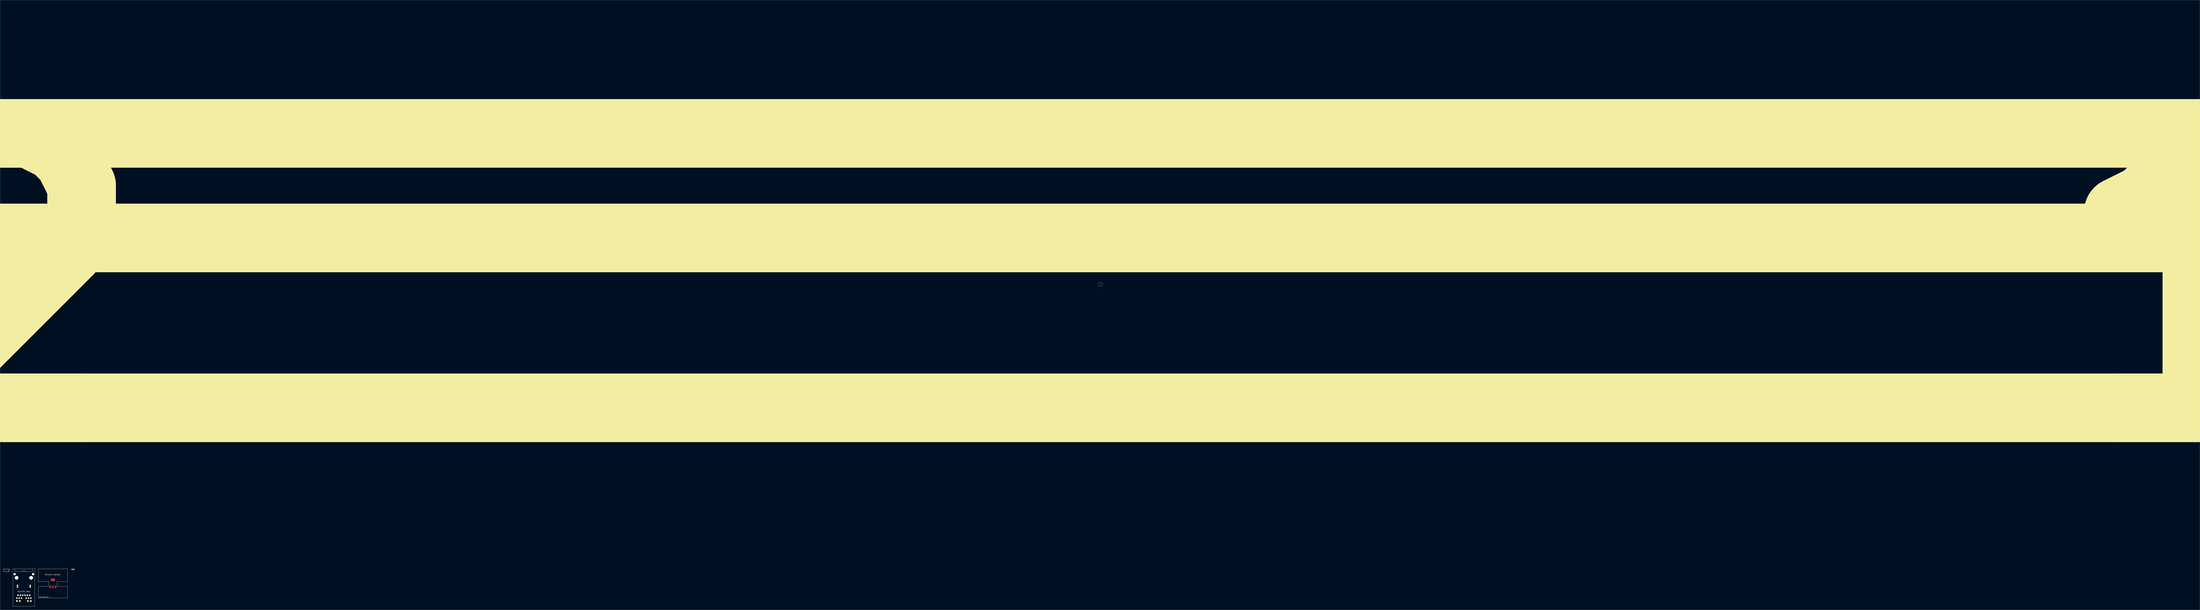
<source format=kicad_pcb>
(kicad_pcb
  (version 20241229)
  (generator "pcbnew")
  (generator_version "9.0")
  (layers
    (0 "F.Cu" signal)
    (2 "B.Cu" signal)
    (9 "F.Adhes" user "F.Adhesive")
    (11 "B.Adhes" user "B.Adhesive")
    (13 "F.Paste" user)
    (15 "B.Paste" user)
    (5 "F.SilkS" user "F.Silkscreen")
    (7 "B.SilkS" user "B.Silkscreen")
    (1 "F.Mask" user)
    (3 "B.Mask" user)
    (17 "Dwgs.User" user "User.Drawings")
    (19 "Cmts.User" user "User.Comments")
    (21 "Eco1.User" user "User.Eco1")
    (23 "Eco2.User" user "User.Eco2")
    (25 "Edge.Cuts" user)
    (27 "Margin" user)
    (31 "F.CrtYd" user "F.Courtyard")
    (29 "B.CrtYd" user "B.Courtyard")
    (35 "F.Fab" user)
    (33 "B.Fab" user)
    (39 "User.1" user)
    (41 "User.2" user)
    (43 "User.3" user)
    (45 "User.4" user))
  (footprint "GSG-0402"
    (layer "F.Cu")
    (at 60.718 494.883)
    (property "Reference" "GSG-0402" (at 0 0.051 0) (layer "F.SilkS") (effects (font (size 0.406 0.406) (thickness 0.102))))
    (attr through_hole)
    (fp_line (start -0.889 -0.381) (end 0.889 -0.381) (stroke (width 0.203) (type solid)) (layer "F.SilkS"))
    (fp_line (start -0.889 0.381) (end -0.889 -0.381) (stroke (width 0.203) (type solid)) (layer "F.SilkS"))
    (fp_line (start 0.889 -0.381) (end 0.889 0.381) (stroke (width 0.203) (type solid)) (layer "F.SilkS"))
    (fp_line (start 0.889 0.381) (end -0.889 0.381) (stroke (width 0.203) (type solid)) (layer "F.SilkS"))
    (pad "1" smd rect (at -0.533 0) (size 0.508 0.559) (layers "F.Cu" "F.Mask" "F.Paste"))
    (pad "2" smd rect (at 0.533 0) (size 0.508 0.559) (layers "F.Cu" "F.Mask" "F.Paste")))
  (footprint "1506-RPACK2"
    (layer "F.Cu")
    (at 958.627 245.7)
    (property "Reference" "1506-RPACK2" (at 0 0 0) (layer "F.SilkS") (effects (font (size 240 240) (thickness 60))))
    (attr through_hole)
    (fp_line (start -1.65 -1.45) (end -1.65 1.45) (stroke (width 0.05) (type solid)) (layer "F.SilkS"))
    (fp_line (start -1.65 1.45) (end -1.2 1.45) (stroke (width 0.05) (type solid)) (layer "F.SilkS"))
    (fp_line (start -1.2 -1.45) (end -1.65 -1.45) (stroke (width 0.05) (type solid)) (layer "F.SilkS"))
    (fp_line (start -1.2 -1.35) (end -1.2 -1.45) (stroke (width 0.05) (type solid)) (layer "F.SilkS"))
    (fp_line (start -1.2 1.35) (end -1.1 1.35) (stroke (width 0.05) (type solid)) (layer "F.SilkS"))
    (fp_line (start -1.2 1.45) (end -1.2 1.35) (stroke (width 0.05) (type solid)) (layer "F.SilkS"))
    (fp_line (start -1.1 -1.45) (end -1.1 -1.35) (stroke (width 0.05) (type solid)) (layer "F.SilkS"))
    (fp_line (start -1.1 -1.35) (end -1.2 -1.35) (stroke (width 0.05) (type solid)) (layer "F.SilkS"))
    (fp_line (start -1.1 1.35) (end -1.1 1.45) (stroke (width 0.05) (type solid)) (layer "F.SilkS"))
    (fp_line (start -1.1 1.45) (end -0.7 1.45) (stroke (width 0.05) (type solid)) (layer "F.SilkS"))
    (fp_line (start -0.7 -1.45) (end -1.1 -1.45) (stroke (width 0.05) (type solid)) (layer "F.SilkS"))
    (fp_line (start -0.7 -1.35) (end -0.7 -1.45) (stroke (width 0.05) (type solid)) (layer "F.SilkS"))
    (fp_line (start -0.7 1.35) (end -0.6 1.35) (stroke (width 0.05) (type solid)) (layer "F.SilkS"))
    (fp_line (start -0.7 1.45) (end -0.7 1.35) (stroke (width 0.05) (type solid)) (layer "F.SilkS"))
    (fp_line (start -0.6 -1.45) (end -0.6 -1.35) (stroke (width 0.05) (type solid)) (layer "F.SilkS"))
    (fp_line (start -0.6 -1.35) (end -0.7 -1.35) (stroke (width 0.05) (type solid)) (layer "F.SilkS"))
    (fp_line (start -0.6 1.35) (end -0.6 1.45) (stroke (width 0.05) (type solid)) (layer "F.SilkS"))
    (fp_line (start -0.6 1.45) (end -0.2 1.45) (stroke (width 0.05) (type solid)) (layer "F.SilkS"))
    (fp_line (start -0.2 -1.45) (end -0.6 -1.45) (stroke (width 0.05) (type solid)) (layer "F.SilkS"))
    (fp_line (start -0.2 -1.35) (end -0.2 -1.45) (stroke (width 0.05) (type solid)) (layer "F.SilkS"))
    (fp_line (start -0.2 1.35) (end -0.1 1.35) (stroke (width 0.05) (type solid)) (layer "F.SilkS"))
    (fp_line (start -0.2 1.45) (end -0.2 1.35) (stroke (width 0.05) (type solid)) (layer "F.SilkS"))
    (fp_line (start -0.1 -1.45) (end -0.1 -1.35) (stroke (width 0.05) (type solid)) (layer "F.SilkS"))
    (fp_line (start -0.1 -1.35) (end -0.2 -1.35) (stroke (width 0.05) (type solid)) (layer "F.SilkS"))
    (fp_line (start -0.1 1.35) (end -0.1 1.45) (stroke (width 0.05) (type solid)) (layer "F.SilkS"))
    (fp_line (start -0.1 1.45) (end 0.3 1.45) (stroke (width 0.05) (type solid)) (layer "F.SilkS"))
    (fp_line (start 0.3 -1.45) (end -0.1 -1.45) (stroke (width 0.05) (type solid)) (layer "F.SilkS"))
    (fp_line (start 0.3 -1.35) (end 0.3 -1.45) (stroke (width 0.05) (type solid)) (layer "F.SilkS"))
    (fp_line (start 0.3 1.35) (end 0.4 1.35) (stroke (width 0.05) (type solid)) (layer "F.SilkS"))
    (fp_line (start 0.3 1.45) (end 0.3 1.35) (stroke (width 0.05) (type solid)) (layer "F.SilkS"))
    (fp_line (start 0.4 -1.45) (end 0.4 -1.35) (stroke (width 0.05) (type solid)) (layer "F.SilkS"))
    (fp_line (start 0.4 -1.35) (end 0.3 -1.35) (stroke (width 0.05) (type solid)) (layer "F.SilkS"))
    (fp_line (start 0.4 1.35) (end 0.4 1.45) (stroke (width 0.05) (type solid)) (layer "F.SilkS"))
    (fp_line (start 0.4 1.45) (end 0.8 1.45) (stroke (width 0.05) (type solid)) (layer "F.SilkS"))
    (fp_line (start 0.8 -1.45) (end 0.4 -1.45) (stroke (width 0.05) (type solid)) (layer "F.SilkS"))
    (fp_line (start 0.8 -1.35) (end 0.8 -1.45) (stroke (width 0.05) (type solid)) (layer "F.SilkS"))
    (fp_line (start 0.8 1.35) (end 0.9 1.35) (stroke (width 0.05) (type solid)) (layer "F.SilkS"))
    (fp_line (start 0.8 1.45) (end 0.8 1.35) (stroke (width 0.05) (type solid)) (layer "F.SilkS"))
    (fp_line (start 0.9 -1.45) (end 0.9 -1.35) (stroke (width 0.05) (type solid)) (layer "F.SilkS"))
    (fp_line (start 0.9 -1.35) (end 0.8 -1.35) (stroke (width 0.05) (type solid)) (layer "F.SilkS"))
    (fp_line (start 0.9 1.35) (end 0.9 1.45) (stroke (width 0.05) (type solid)) (layer "F.SilkS"))
    (fp_line (start 0.9 1.45) (end 1.3 1.45) (stroke (width 0.05) (type solid)) (layer "F.SilkS"))
    (fp_line (start 1.3 -1.45) (end 0.9 -1.45) (stroke (width 0.05) (type solid)) (layer "F.SilkS"))
    (fp_line (start 1.3 -1.35) (end 1.3 -1.45) (stroke (width 0.05) (type solid)) (layer "F.SilkS"))
    (fp_line (start 1.3 1.35) (end 1.4 1.35) (stroke (width 0.05) (type solid)) (layer "F.SilkS"))
    (fp_line (start 1.3 1.45) (end 1.3 1.35) (stroke (width 0.05) (type solid)) (layer "F.SilkS"))
    (fp_line (start 1.4 -1.45) (end 1.4 -1.35) (stroke (width 0.05) (type solid)) (layer "F.SilkS"))
    (fp_line (start 1.4 -1.35) (end 1.3 -1.35) (stroke (width 0.05) (type solid)) (layer "F.SilkS"))
    (fp_line (start 1.4 1.35) (end 1.4 1.45) (stroke (width 0.05) (type solid)) (layer "F.SilkS"))
    (fp_line (start 1.4 1.45) (end 1.8 1.45) (stroke (width 0.05) (type solid)) (layer "F.SilkS"))
    (fp_line (start 1.8 -1.45) (end 1.4 -1.45) (stroke (width 0.05) (type solid)) (layer "F.SilkS"))
    (fp_line (start 1.8 -1.35) (end 1.8 -1.45) (stroke (width 0.05) (type solid)) (layer "F.SilkS"))
    (fp_line (start 1.8 1.35) (end 1.9 1.35) (stroke (width 0.05) (type solid)) (layer "F.SilkS"))
    (fp_line (start 1.8 1.45) (end 1.8 1.35) (stroke (width 0.05) (type solid)) (layer "F.SilkS"))
    (fp_line (start 1.9 -1.45) (end 1.9 -1.35) (stroke (width 0.05) (type solid)) (layer "F.SilkS"))
    (fp_line (start 1.9 -1.35) (end 1.8 -1.35) (stroke (width 0.05) (type solid)) (layer "F.SilkS"))
    (fp_line (start 1.9 1.35) (end 1.9 1.45) (stroke (width 0.05) (type solid)) (layer "F.SilkS"))
    (fp_line (start 1.9 1.45) (end 2.35 1.45) (stroke (width 0.05) (type solid)) (layer "F.SilkS"))
    (fp_line (start 2.35 -1.45) (end 1.9 -1.45) (stroke (width 0.05) (type solid)) (layer "F.SilkS"))
    (fp_line (start 2.35 1.3) (end 2.35 -1.45) (stroke (width 0.05) (type solid)) (layer "F.SilkS"))
    (fp_line (start 2.35 1.45) (end 2.35 1.3) (stroke (width 0.05) (type solid)) (layer "F.SilkS"))
    (pad "1" smd rect (at -1.4 1.15) (size 0.35 0.3) (layers "F.Cu" "F.Mask" "F.Paste"))
    (pad "2" smd rect (at -0.9 1.15) (size 0.35 0.3) (layers "F.Cu" "F.Mask" "F.Paste"))
    (pad "3" smd rect (at -0.4 1.15) (size 0.35 0.3) (layers "F.Cu" "F.Mask" "F.Paste"))
    (pad "4" smd rect (at 0.1 1.15) (size 0.35 0.3) (layers "F.Cu" "F.Mask" "F.Paste"))
    (pad "5" smd rect (at 0.6 1.15) (size 0.35 0.3) (layers "F.Cu" "F.Mask" "F.Paste"))
    (pad "6" smd rect (at 1.1 1.15) (size 0.35 0.3) (layers "F.Cu" "F.Mask" "F.Paste"))
    (pad "7" smd rect (at 1.6 1.15) (size 0.35 0.3) (layers "F.Cu" "F.Mask" "F.Paste"))
    (pad "8" smd rect (at 2.1 1.15) (size 0.35 0.3) (layers "F.Cu" "F.Mask" "F.Paste"))
    (pad "9" smd rect (at 2.1 -1.15) (size 0.35 0.3) (layers "F.Cu" "F.Mask" "F.Paste"))
    (pad "10" smd rect (at 1.6 -1.15) (size 0.35 0.3) (layers "F.Cu" "F.Mask" "F.Paste"))
    (pad "11" smd rect (at 1.1 -1.15) (size 0.35 0.3) (layers "F.Cu" "F.Mask" "F.Paste"))
    (pad "12" smd rect (at 0.6 -1.15) (size 0.35 0.3) (layers "F.Cu" "F.Mask" "F.Paste"))
    (pad "13" smd rect (at 0.1 -1.15) (size 0.35 0.3) (layers "F.Cu" "F.Mask" "F.Paste"))
    (pad "14" smd rect (at -0.4 -1.15) (size 0.35 0.3) (layers "F.Cu" "F.Mask" "F.Paste"))
    (pad "15" smd rect (at -0.9 -1.15) (size 0.35 0.3) (layers "F.Cu" "F.Mask" "F.Paste"))
    (pad "16" smd rect (at -1.4 -1.15) (size 0.35 0.3) (layers "F.Cu" "F.Mask" "F.Paste")))
  (footprint "1506-RPACK"
    (layer "F.Cu")
    (at 2.325 495.725)
    (property "Reference" "1506-RPACK" (at 2.6 0 90) (layer "F.SilkS") (effects (font (size 0.25 0.25) (thickness 0.062))))
    (attr through_hole)
    (fp_line (start -2.25 -1.25) (end -2.25 1.25) (stroke (width 0.15) (type solid)) (layer "F.SilkS"))
    (fp_line (start -2.25 1.25) (end 2.25 1.25) (stroke (width 0.15) (type solid)) (layer "F.SilkS"))
    (fp_line (start 2.25 -1.25) (end -2.25 -1.25) (stroke (width 0.15) (type solid)) (layer "F.SilkS"))
    (fp_line (start 2.25 1.25) (end 2.25 -1.25) (stroke (width 0.15) (type solid)) (layer "F.SilkS"))
    (pad "1" smd rect (at -1.837 0.75) (size 0.425 0.5) (layers "F.Cu" "F.Mask" "F.Paste"))
    (pad "2" smd rect (at -1.25 0.75) (size 0.25 0.5) (layers "F.Cu" "F.Mask" "F.Paste"))
    (pad "3" smd rect (at -0.75 0.75) (size 0.25 0.5) (layers "F.Cu" "F.Mask" "F.Paste"))
    (pad "4" smd rect (at -0.25 0.75) (size 0.25 0.5) (layers "F.Cu" "F.Mask" "F.Paste"))
    (pad "5" smd rect (at 0.25 0.75) (size 0.25 0.5) (layers "F.Cu" "F.Mask" "F.Paste"))
    (pad "6" smd rect (at 0.75 0.75) (size 0.25 0.5) (layers "F.Cu" "F.Mask" "F.Paste"))
    (pad "7" smd rect (at 1.25 0.75) (size 0.25 0.5) (layers "F.Cu" "F.Mask" "F.Paste"))
    (pad "8" smd rect (at 1.837 0.75) (size 0.425 0.5) (layers "F.Cu" "F.Mask" "F.Paste"))
    (pad "9" smd rect (at 1.837 -0.75) (size 0.425 0.5) (layers "F.Cu" "F.Mask" "F.Paste"))
    (pad "10" smd rect (at 1.25 -0.75) (size 0.25 0.5) (layers "F.Cu" "F.Mask" "F.Paste"))
    (pad "11" smd rect (at 0.75 -0.75) (size 0.25 0.5) (layers "F.Cu" "F.Mask" "F.Paste"))
    (pad "12" smd rect (at 0.25 -0.75) (size 0.25 0.5) (layers "F.Cu" "F.Mask" "F.Paste"))
    (pad "13" smd rect (at -0.25 -0.75) (size 0.25 0.5) (layers "F.Cu" "F.Mask" "F.Paste"))
    (pad "14" smd rect (at -0.75 -0.75) (size 0.25 0.5) (layers "F.Cu" "F.Mask" "F.Paste"))
    (pad "15" smd rect (at -1.25 -0.75) (size 0.25 0.5) (layers "F.Cu" "F.Mask" "F.Paste"))
    (pad "16" smd rect (at -1.837 -0.75) (size 0.425 0.5) (layers "F.Cu" "F.Mask" "F.Paste")))
  (footprint "BELFUSE-MAG"
    (layer "F.Cu")
    (at 17.806 502.275)
    (property "Reference" "BELFUSE-MAG" (at 0 12 0) (layer "F.SilkS") (effects (font (size 1 1) (thickness 0.15))))
    (attr through_hole)
    (fp_line (start -9.55 -7.8) (end 9.55 -7.8) (stroke (width 0.15) (type solid)) (layer "F.SilkS"))
    (fp_line (start -9.55 -7.75) (end -9.55 25.02) (stroke (width 0.15) (type solid)) (layer "F.SilkS"))
    (fp_line (start -9.55 25.02) (end 9.55 25.02) (stroke (width 0.15) (type solid)) (layer "F.SilkS"))
    (fp_line (start -7.8 -7.8) (end -7.8 -5.4) (stroke (width 0.15) (type solid)) (layer "F.SilkS"))
    (fp_line (start -7.8 -5.4) (end 7.8 -5.4) (stroke (width 0.15) (type solid)) (layer "F.SilkS"))
    (fp_line (start -1.4 -6.2) (end 1.4 -6.2) (stroke (width 0.15) (type solid)) (layer "F.SilkS"))
    (fp_line (start -1.4 -5.4) (end -1.4 -6.2) (stroke (width 0.15) (type solid)) (layer "F.SilkS"))
    (fp_line (start 1.4 -6.2) (end 1.4 -5.4) (stroke (width 0.15) (type solid)) (layer "F.SilkS"))
    (fp_line (start 7.8 -7.6) (end 7.8 -7.8) (stroke (width 0.15) (type solid)) (layer "F.SilkS"))
    (fp_line (start 7.8 -5.4) (end 7.8 -7.6) (stroke (width 0.15) (type solid)) (layer "F.SilkS"))
    (fp_line (start 9.55 -7.75) (end 9.55 25.02) (stroke (width 0.15) (type solid)) (layer "F.SilkS"))
    (pad "" thru_hole circle (at -8.065 -3.17) (size 2.01 2.01) (drill 1.57) (layers "*.Cu" "*.Mask" "F.SilkS"))
    (pad "" np_thru_hole circle (at -6.35 0) (size 3.25 3.25) (drill 3.25) (layers "*.Cu" "*.Mask" "F.SilkS"))
    (pad "" np_thru_hole circle (at 6.35 0) (size 3.25 3.25) (drill 3.25) (layers "*.Cu" "*.Mask" "F.SilkS"))
    (pad "" thru_hole circle (at 8.065 -3.17) (size 2.01 2.01) (drill 1.57) (layers "*.Cu" "*.Mask" "F.SilkS"))
    (pad "1" thru_hole circle (at -5.08 15.24) (size 1.33 1.33) (drill 0.89) (layers "*.Cu" "*.Mask" "F.SilkS"))
    (pad "2" thru_hole circle (at -3.05 15.24) (size 1.33 1.33) (drill 0.89) (layers "*.Cu" "*.Mask" "F.SilkS"))
    (pad "3" thru_hole circle (at -1.02 15.24) (size 1.33 1.33) (drill 0.89) (layers "*.Cu" "*.Mask" "F.SilkS"))
    (pad "4" thru_hole circle (at 1.02 15.24) (size 1.33 1.33) (drill 0.89) (layers "*.Cu" "*.Mask" "F.SilkS"))
    (pad "5" thru_hole circle (at 3.05 15.24) (size 1.33 1.33) (drill 0.89) (layers "*.Cu" "*.Mask" "F.SilkS"))
    (pad "6" thru_hole circle (at 5.08 15.24) (size 1.33 1.33) (drill 0.89) (layers "*.Cu" "*.Mask" "F.SilkS"))
    (pad "7" thru_hole circle (at -6.1 17.78) (size 1.33 1.33) (drill 0.89) (layers "*.Cu" "*.Mask" "F.SilkS"))
    (pad "8" thru_hole circle (at -4.07 17.78) (size 1.33 1.33) (drill 0.89) (layers "*.Cu" "*.Mask" "F.SilkS"))
    (pad "9" thru_hole circle (at -2.04 17.78) (size 1.33 1.33) (drill 0.89) (layers "*.Cu" "*.Mask" "F.SilkS"))
    (pad "10" thru_hole circle (at 2.04 17.78) (size 1.33 1.33) (drill 0.89) (layers "*.Cu" "*.Mask" "F.SilkS"))
    (pad "11" thru_hole circle (at 4.07 17.8) (size 1.33 1.33) (drill 0.89) (layers "*.Cu" "*.Mask" "F.SilkS"))
    (pad "12" thru_hole circle (at 6.1 17.78) (size 1.33 1.33) (drill 0.89) (layers "*.Cu" "*.Mask" "F.SilkS"))
    (pad "13" thru_hole circle (at -5.59 8.13) (size 1.33 1.33) (drill 0.89) (layers "*.Cu" "*.Mask" "F.SilkS"))
    (pad "14" thru_hole circle (at 5.59 8.13) (size 1.33 1.33) (drill 0.89) (layers "*.Cu" "*.Mask" "F.SilkS"))
    (pad "15" thru_hole circle (at -5.59 6.64) (size 1.33 1.33) (drill 0.89) (layers "*.Cu" "*.Mask" "F.SilkS"))
    (pad "16" thru_hole circle (at 5.59 6.64) (size 1.33 1.33) (drill 0.89) (layers "*.Cu" "*.Mask" "F.SilkS"))
    (pad "17" thru_hole circle (at -6.1 20.32) (size 1.46 1.46) (drill 1.02) (layers "*.Cu" "*.Mask" "F.SilkS"))
    (pad "18" thru_hole circle (at -3.555 20.32) (size 1.46 1.46) (drill 1.02) (layers "*.Cu" "*.Mask" "F.SilkS"))
    (pad "19" thru_hole circle (at 3.555 20.32) (size 1.46 1.46) (drill 1.02) (layers "*.Cu" "*.Mask" "F.SilkS"))
    (pad "20" thru_hole circle (at 6.1 20.32) (size 1.46 1.46) (drill 1.02) (layers "*.Cu" "*.Mask" "F.SilkS")))
  (footprint "FDT434P-SOT223"
    (layer "F.Cu")
    (at 43.206 507.175)
    (property "Reference" "FDT434P-SOT223" (at -0.4 -7.6 0) (layer "F.SilkS") (effects (font (size 1 1) (thickness 0.15))))
    (attr through_hole)
    (fp_line (start -12.7 -12.7) (end -12.7 -2.54) (stroke (width 0.15) (type solid)) (layer "F.SilkS"))
    (fp_line (start -12.7 -2.54) (end -12.7 -1.651) (stroke (width 0.15) (type solid)) (layer "F.SilkS"))
    (fp_line (start -12.7 -1.651) (end -3.556 -1.651) (stroke (width 0.15) (type solid)) (layer "F.SilkS"))
    (fp_line (start -12.7 12.7) (end -12.7 2.54) (stroke (width 0.15) (type solid)) (layer "F.SilkS"))
    (fp_line (start -10.16 -12.7) (end -12.7 -12.7) (stroke (width 0.15) (type solid)) (layer "F.SilkS"))
    (fp_line (start -10.16 12.7) (end -12.7 12.7) (stroke (width 0.15) (type solid)) (layer "F.SilkS"))
    (fp_line (start -10.16 12.7) (end 12.7 12.7) (stroke (width 0.15) (type solid)) (layer "F.SilkS"))
    (fp_line (start -3.556 -1.651) (end -3.556 2.54) (stroke (width 0.15) (type solid)) (layer "F.SilkS"))
    (fp_line (start -3.556 2.54) (end -12.7 2.54) (stroke (width 0.15) (type solid)) (layer "F.SilkS"))
    (fp_line (start 3.556 -1.651) (end 3.556 2.54) (stroke (width 0.15) (type solid)) (layer "F.SilkS"))
    (fp_line (start 3.556 2.54) (end 12.7 2.54) (stroke (width 0.15) (type solid)) (layer "F.SilkS"))
    (fp_line (start 12.7 -12.7) (end -10.16 -12.7) (stroke (width 0.15) (type solid)) (layer "F.SilkS"))
    (fp_line (start 12.7 -2.54) (end 12.7 -12.7) (stroke (width 0.15) (type solid)) (layer "F.SilkS"))
    (fp_line (start 12.7 -2.54) (end 12.7 -1.651) (stroke (width 0.15) (type solid)) (layer "F.SilkS"))
    (fp_line (start 12.7 -1.651) (end 3.556 -1.651) (stroke (width 0.15) (type solid)) (layer "F.SilkS"))
    (fp_line (start 12.7 12.7) (end 12.7 2.54) (stroke (width 0.15) (type solid)) (layer "F.SilkS"))
    (fp_text user "Copper Heatsink Drain" (at -8.001 11.938 0) (layer "F.SilkS") (effects (font (size 0.508 0.508) (thickness 0.127))))
    (pad "D" smd rect (at 0 -3.1) (size 3.5 2.2) (layers "F.Cu" "F.Mask" "F.Paste"))
    (pad "D" smd rect (at 0 3.1) (size 1.2 2.2) (layers "F.Cu" "F.Mask" "F.Paste"))
    (pad "G" smd rect (at -2.3 3.1) (size 1.2 2.2) (layers "F.Cu" "F.Mask" "F.Paste"))
    (pad "S" smd rect (at 2.3 3.1) (size 1.2 2.2) (layers "F.Cu" "F.Mask" "F.Paste")))
  (gr_rect
    (start -3 -3)
    (end 1920.253 530.37)
    (stroke (width 0.1) (type default))
    (fill no)
    (layer "Edge.Cuts")))
</source>
